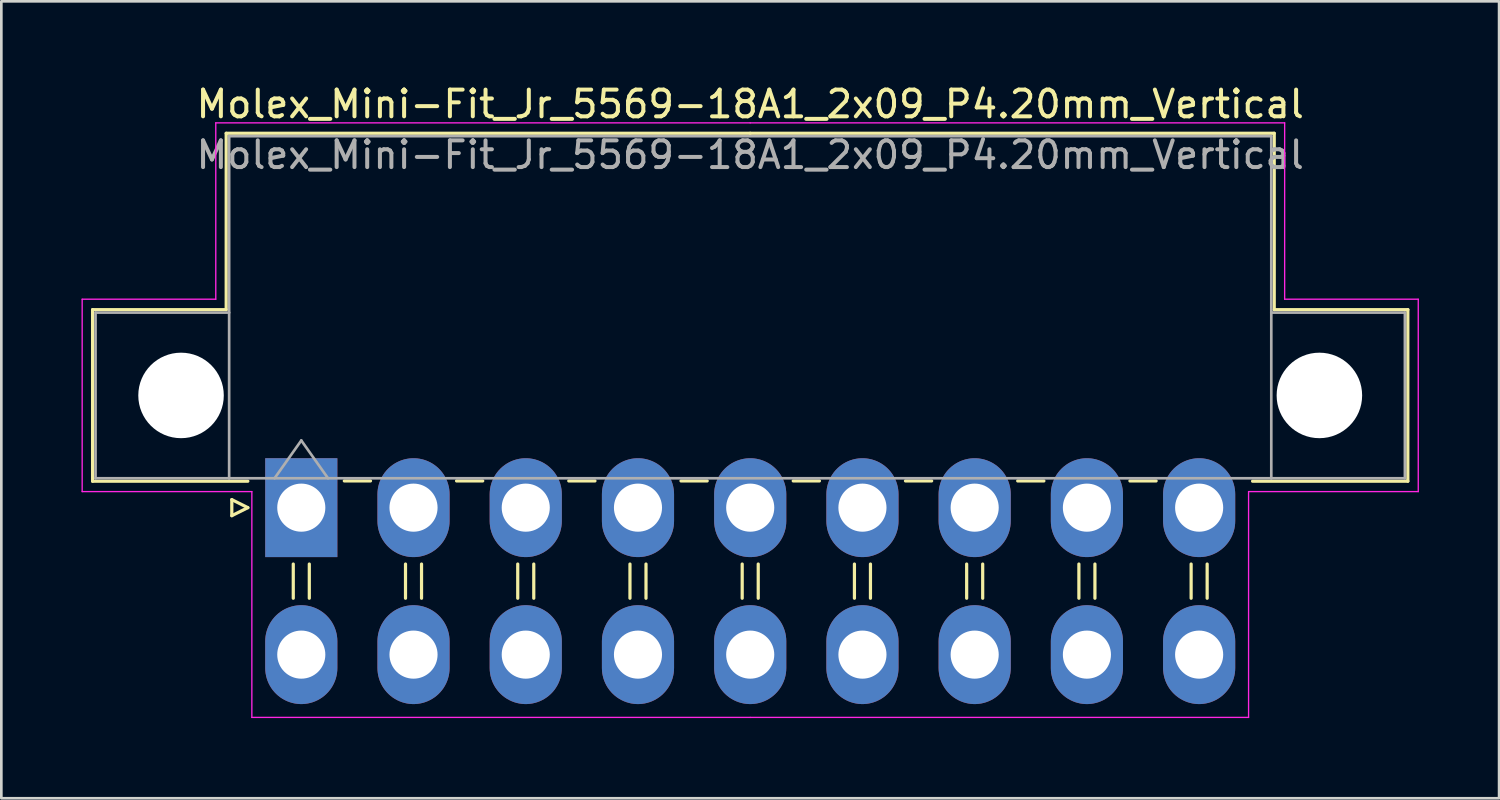
<source format=kicad_pcb>
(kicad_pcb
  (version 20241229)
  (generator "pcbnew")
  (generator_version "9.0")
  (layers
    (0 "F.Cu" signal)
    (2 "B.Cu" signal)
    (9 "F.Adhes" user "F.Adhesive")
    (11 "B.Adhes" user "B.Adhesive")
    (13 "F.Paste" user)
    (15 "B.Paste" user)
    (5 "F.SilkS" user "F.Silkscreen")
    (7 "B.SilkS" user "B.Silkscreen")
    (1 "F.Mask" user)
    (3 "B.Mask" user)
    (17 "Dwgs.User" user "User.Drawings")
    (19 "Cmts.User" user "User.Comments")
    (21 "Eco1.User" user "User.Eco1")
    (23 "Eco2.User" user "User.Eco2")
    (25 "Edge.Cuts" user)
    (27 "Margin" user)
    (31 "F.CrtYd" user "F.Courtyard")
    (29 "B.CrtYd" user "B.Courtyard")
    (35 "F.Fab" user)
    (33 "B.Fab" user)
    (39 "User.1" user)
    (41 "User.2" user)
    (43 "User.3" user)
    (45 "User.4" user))
  (footprint "Molex_Mini-Fit_Jr_5569-18A1_2x09_P4.20mm_Vertical"
    (layer "F.Cu")
    (at 8.225 15.948)
    (property "Reference" "Molex_Mini-Fit_Jr_5569-18A1_2x09_P4.20mm_Vertical" (at 16.8 -15.1 0) (layer "F.SilkS") (effects (font (size 1 1) (thickness 0.15))))
    (attr through_hole)
    (fp_line (start -7.81 -7.41) (end -7.81 -0.99) (stroke (width 0.12) (type solid)) (layer "F.SilkS"))
    (fp_line (start -7.81 -0.99) (end -2 -0.99) (stroke (width 0.12) (type solid)) (layer "F.SilkS"))
    (fp_line (start -2.81 -14.01) (end -2.81 -7.41) (stroke (width 0.12) (type solid)) (layer "F.SilkS"))
    (fp_line (start -2.81 -7.41) (end -7.81 -7.41) (stroke (width 0.12) (type solid)) (layer "F.SilkS"))
    (fp_line (start -2.6 -0.3) (end -2 0) (stroke (width 0.12) (type solid)) (layer "F.SilkS"))
    (fp_line (start -2.6 0.3) (end -2.6 -0.3) (stroke (width 0.12) (type solid)) (layer "F.SilkS"))
    (fp_line (start -2 0) (end -2.6 0.3) (stroke (width 0.12) (type solid)) (layer "F.SilkS"))
    (fp_line (start -0.3 2.11) (end -0.3 3.39) (stroke (width 0.12) (type solid)) (layer "F.SilkS"))
    (fp_line (start 0.3 2.11) (end 0.3 3.39) (stroke (width 0.12) (type solid)) (layer "F.SilkS"))
    (fp_line (start 1.61 -1) (end 2.59 -1) (stroke (width 0.12) (type solid)) (layer "F.SilkS"))
    (fp_line (start 3.9 2.11) (end 3.9 3.39) (stroke (width 0.12) (type solid)) (layer "F.SilkS"))
    (fp_line (start 4.5 2.11) (end 4.5 3.39) (stroke (width 0.12) (type solid)) (layer "F.SilkS"))
    (fp_line (start 5.81 -1) (end 6.79 -1) (stroke (width 0.12) (type solid)) (layer "F.SilkS"))
    (fp_line (start 8.1 2.11) (end 8.1 3.39) (stroke (width 0.12) (type solid)) (layer "F.SilkS"))
    (fp_line (start 8.7 2.11) (end 8.7 3.39) (stroke (width 0.12) (type solid)) (layer "F.SilkS"))
    (fp_line (start 10.01 -1) (end 10.99 -1) (stroke (width 0.12) (type solid)) (layer "F.SilkS"))
    (fp_line (start 12.3 2.11) (end 12.3 3.39) (stroke (width 0.12) (type solid)) (layer "F.SilkS"))
    (fp_line (start 12.9 2.11) (end 12.9 3.39) (stroke (width 0.12) (type solid)) (layer "F.SilkS"))
    (fp_line (start 14.21 -1) (end 15.19 -1) (stroke (width 0.12) (type solid)) (layer "F.SilkS"))
    (fp_line (start 16.5 2.11) (end 16.5 3.39) (stroke (width 0.12) (type solid)) (layer "F.SilkS"))
    (fp_line (start 16.8 -14.01) (end -2.81 -14.01) (stroke (width 0.12) (type solid)) (layer "F.SilkS"))
    (fp_line (start 16.8 -14.01) (end 36.41 -14.01) (stroke (width 0.12) (type solid)) (layer "F.SilkS"))
    (fp_line (start 17.1 2.11) (end 17.1 3.39) (stroke (width 0.12) (type solid)) (layer "F.SilkS"))
    (fp_line (start 18.41 -1) (end 19.39 -1) (stroke (width 0.12) (type solid)) (layer "F.SilkS"))
    (fp_line (start 20.7 2.11) (end 20.7 3.39) (stroke (width 0.12) (type solid)) (layer "F.SilkS"))
    (fp_line (start 21.3 2.11) (end 21.3 3.39) (stroke (width 0.12) (type solid)) (layer "F.SilkS"))
    (fp_line (start 22.61 -1) (end 23.59 -1) (stroke (width 0.12) (type solid)) (layer "F.SilkS"))
    (fp_line (start 24.9 2.11) (end 24.9 3.39) (stroke (width 0.12) (type solid)) (layer "F.SilkS"))
    (fp_line (start 25.5 2.11) (end 25.5 3.39) (stroke (width 0.12) (type solid)) (layer "F.SilkS"))
    (fp_line (start 26.81 -1) (end 27.79 -1) (stroke (width 0.12) (type solid)) (layer "F.SilkS"))
    (fp_line (start 29.1 2.11) (end 29.1 3.39) (stroke (width 0.12) (type solid)) (layer "F.SilkS"))
    (fp_line (start 29.7 2.11) (end 29.7 3.39) (stroke (width 0.12) (type solid)) (layer "F.SilkS"))
    (fp_line (start 31.01 -1) (end 31.99 -1) (stroke (width 0.12) (type solid)) (layer "F.SilkS"))
    (fp_line (start 33.3 2.11) (end 33.3 3.39) (stroke (width 0.12) (type solid)) (layer "F.SilkS"))
    (fp_line (start 33.9 2.11) (end 33.9 3.39) (stroke (width 0.12) (type solid)) (layer "F.SilkS"))
    (fp_line (start 36.41 -14.01) (end 36.41 -7.41) (stroke (width 0.12) (type solid)) (layer "F.SilkS"))
    (fp_line (start 36.41 -7.41) (end 41.41 -7.41) (stroke (width 0.12) (type solid)) (layer "F.SilkS"))
    (fp_line (start 41.41 -7.41) (end 41.41 -0.99) (stroke (width 0.12) (type solid)) (layer "F.SilkS"))
    (fp_line (start 41.41 -0.99) (end 35.6 -0.99) (stroke (width 0.12) (type solid)) (layer "F.SilkS"))
    (fp_line (start -8.2 -7.8) (end -8.2 -0.6) (stroke (width 0.05) (type solid)) (layer "F.CrtYd"))
    (fp_line (start -8.2 -0.6) (end -1.85 -0.6) (stroke (width 0.05) (type solid)) (layer "F.CrtYd"))
    (fp_line (start -3.2 -14.4) (end -3.2 -7.8) (stroke (width 0.05) (type solid)) (layer "F.CrtYd"))
    (fp_line (start -3.2 -7.8) (end -8.2 -7.8) (stroke (width 0.05) (type solid)) (layer "F.CrtYd"))
    (fp_line (start -1.85 -0.6) (end -1.85 7.85) (stroke (width 0.05) (type solid)) (layer "F.CrtYd"))
    (fp_line (start -1.85 7.85) (end 16.8 7.85) (stroke (width 0.05) (type solid)) (layer "F.CrtYd"))
    (fp_line (start 16.8 -14.4) (end -3.2 -14.4) (stroke (width 0.05) (type solid)) (layer "F.CrtYd"))
    (fp_line (start 16.8 -14.4) (end 36.8 -14.4) (stroke (width 0.05) (type solid)) (layer "F.CrtYd"))
    (fp_line (start 35.45 -0.6) (end 35.45 7.85) (stroke (width 0.05) (type solid)) (layer "F.CrtYd"))
    (fp_line (start 35.45 7.85) (end 16.8 7.85) (stroke (width 0.05) (type solid)) (layer "F.CrtYd"))
    (fp_line (start 36.8 -14.4) (end 36.8 -7.8) (stroke (width 0.05) (type solid)) (layer "F.CrtYd"))
    (fp_line (start 36.8 -7.8) (end 41.8 -7.8) (stroke (width 0.05) (type solid)) (layer "F.CrtYd"))
    (fp_line (start 41.8 -7.8) (end 41.8 -0.6) (stroke (width 0.05) (type solid)) (layer "F.CrtYd"))
    (fp_line (start 41.8 -0.6) (end 35.45 -0.6) (stroke (width 0.05) (type solid)) (layer "F.CrtYd"))
    (fp_line (start -7.7 -7.3) (end -7.7 -1.1) (stroke (width 0.1) (type solid)) (layer "F.Fab"))
    (fp_line (start -7.7 -1.1) (end -2.7 -1.1) (stroke (width 0.1) (type solid)) (layer "F.Fab"))
    (fp_line (start -2.7 -13.9) (end -2.7 -1.1) (stroke (width 0.1) (type solid)) (layer "F.Fab"))
    (fp_line (start -2.7 -7.3) (end -7.7 -7.3) (stroke (width 0.1) (type solid)) (layer "F.Fab"))
    (fp_line (start -2.7 -1.1) (end 36.3 -1.1) (stroke (width 0.1) (type solid)) (layer "F.Fab"))
    (fp_line (start -1 -1.1) (end 0 -2.514) (stroke (width 0.1) (type solid)) (layer "F.Fab"))
    (fp_line (start 0 -2.514) (end 1 -1.1) (stroke (width 0.1) (type solid)) (layer "F.Fab"))
    (fp_line (start 36.3 -13.9) (end -2.7 -13.9) (stroke (width 0.1) (type solid)) (layer "F.Fab"))
    (fp_line (start 36.3 -7.3) (end 41.3 -7.3) (stroke (width 0.1) (type solid)) (layer "F.Fab"))
    (fp_line (start 36.3 -1.1) (end 36.3 -13.9) (stroke (width 0.1) (type solid)) (layer "F.Fab"))
    (fp_line (start 41.3 -7.3) (end 41.3 -1.1) (stroke (width 0.1) (type solid)) (layer "F.Fab"))
    (fp_line (start 41.3 -1.1) (end 36.3 -1.1) (stroke (width 0.1) (type solid)) (layer "F.Fab"))
    (fp_text user "${REFERENCE}" (at 16.8 -13.2 0) (layer "F.Fab") (effects (font (size 1 1) (thickness 0.15))))
    (pad "" np_thru_hole circle (at -4.5 -4.2) (size 3.2 3.2) (drill 3.2) (layers "*.Cu" "*.Mask"))
    (pad "" np_thru_hole circle (at 38.1 -4.2) (size 3.2 3.2) (drill 3.2) (layers "*.Cu" "*.Mask"))
    (pad "1" thru_hole rect (at 0 0) (size 2.7 3.7) (drill 1.8) (layers "*.Cu" "*.Mask"))
    (pad "2" thru_hole oval (at 4.2 0) (size 2.7 3.7) (drill 1.8) (layers "*.Cu" "*.Mask"))
    (pad "3" thru_hole oval (at 8.4 0) (size 2.7 3.7) (drill 1.8) (layers "*.Cu" "*.Mask"))
    (pad "4" thru_hole oval (at 12.6 0) (size 2.7 3.7) (drill 1.8) (layers "*.Cu" "*.Mask"))
    (pad "5" thru_hole oval (at 16.8 0) (size 2.7 3.7) (drill 1.8) (layers "*.Cu" "*.Mask"))
    (pad "6" thru_hole oval (at 21 0) (size 2.7 3.7) (drill 1.8) (layers "*.Cu" "*.Mask"))
    (pad "7" thru_hole oval (at 25.2 0) (size 2.7 3.7) (drill 1.8) (layers "*.Cu" "*.Mask"))
    (pad "8" thru_hole oval (at 29.4 0) (size 2.7 3.7) (drill 1.8) (layers "*.Cu" "*.Mask"))
    (pad "9" thru_hole oval (at 33.6 0) (size 2.7 3.7) (drill 1.8) (layers "*.Cu" "*.Mask"))
    (pad "10" thru_hole oval (at 0 5.5) (size 2.7 3.7) (drill 1.8) (layers "*.Cu" "*.Mask"))
    (pad "11" thru_hole oval (at 4.2 5.5) (size 2.7 3.7) (drill 1.8) (layers "*.Cu" "*.Mask"))
    (pad "12" thru_hole oval (at 8.4 5.5) (size 2.7 3.7) (drill 1.8) (layers "*.Cu" "*.Mask"))
    (pad "13" thru_hole oval (at 12.6 5.5) (size 2.7 3.7) (drill 1.8) (layers "*.Cu" "*.Mask"))
    (pad "14" thru_hole oval (at 16.8 5.5) (size 2.7 3.7) (drill 1.8) (layers "*.Cu" "*.Mask"))
    (pad "15" thru_hole oval (at 21 5.5) (size 2.7 3.7) (drill 1.8) (layers "*.Cu" "*.Mask"))
    (pad "16" thru_hole oval (at 25.2 5.5) (size 2.7 3.7) (drill 1.8) (layers "*.Cu" "*.Mask"))
    (pad "17" thru_hole oval (at 29.4 5.5) (size 2.7 3.7) (drill 1.8) (layers "*.Cu" "*.Mask"))
    (pad "18" thru_hole oval (at 33.6 5.5) (size 2.7 3.7) (drill 1.8) (layers "*.Cu" "*.Mask")))
  (gr_rect
    (start -3 -3)
    (end 53.05 26.823)
    (stroke (width 0.1) (type default))
    (fill no)
    (layer "Edge.Cuts")))
</source>
